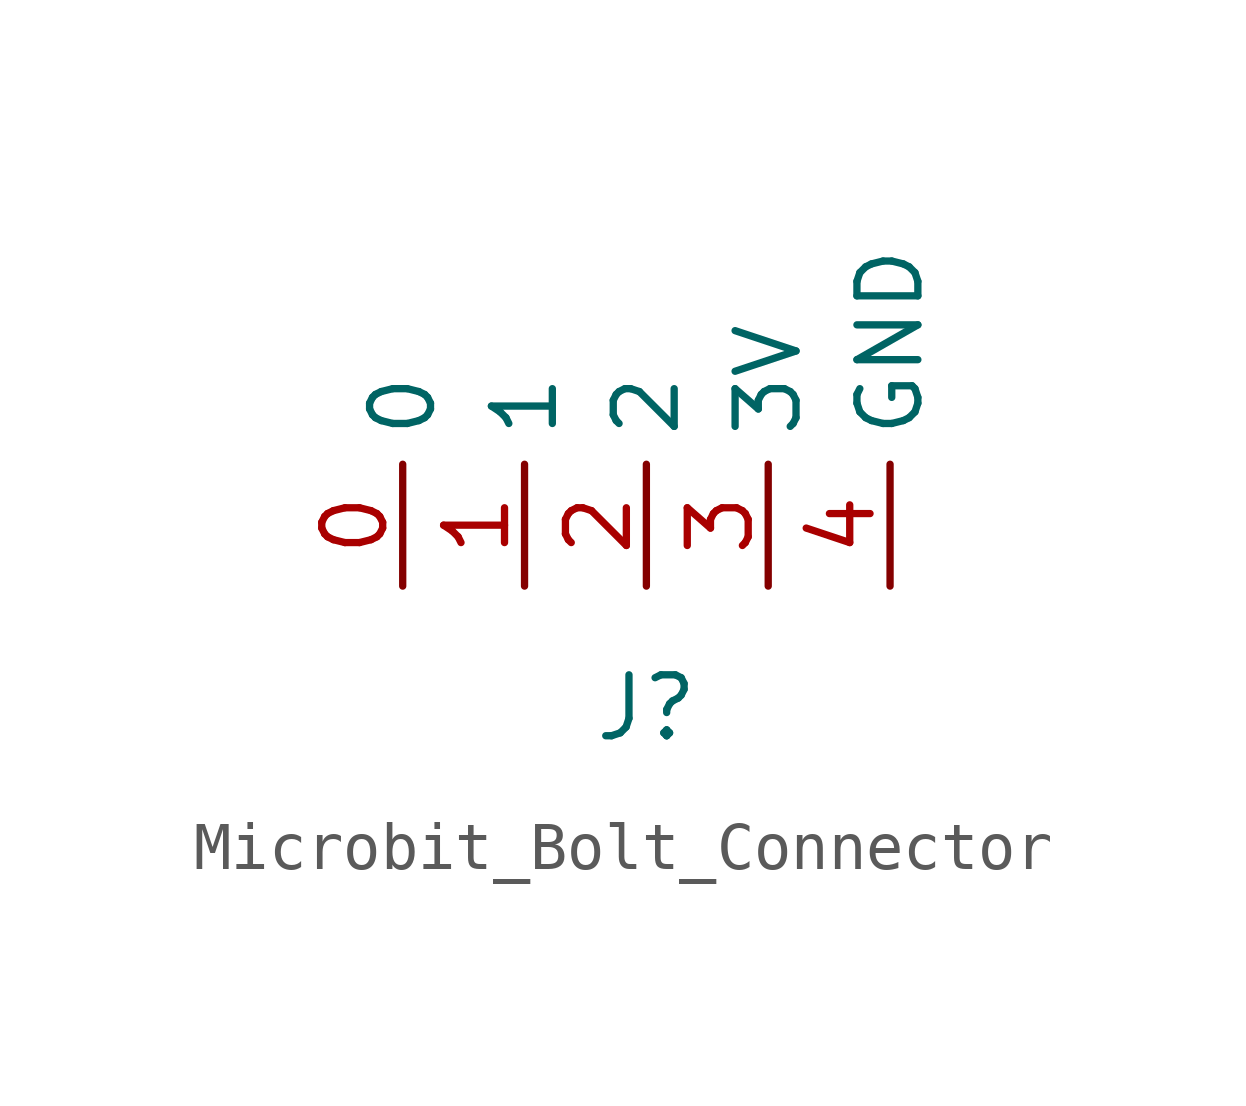
<source format=kicad_sym>
(kicad_symbol_lib
  (version 20220914)
  (generator kicad_symbol_editor)
  (symbol "Microbit_Bolt_Connector"
    (property "Reference" "J"
      (at 0 -2.54 0)
      (effects (font (size 1.27 1.27))))
    (property "Value" ""
      (at 0 0 0)
      (effects (font (size 1.27 1.27))))
    (symbol "Microbit_Bolt_Connector_1_1"
      (pin bidirectional line (at -5.08 0 90) (length 2.54) (name "0" (effects (font (size 1.27 1.27)))) (number "0" (effects (font (size 1.27 1.27)))))
      (pin bidirectional line (at -2.54 0 90) (length 2.54) (name "1" (effects (font (size 1.27 1.27)))) (number "1" (effects (font (size 1.27 1.27)))))
      (pin bidirectional line (at 0 0 90) (length 2.54) (name "2" (effects (font (size 1.27 1.27)))) (number "2" (effects (font (size 1.27 1.27)))))
      (pin power_in line (at 2.54 0 90) (length 2.54) (name "3V" (effects (font (size 1.27 1.27)))) (number "3" (effects (font (size 1.27 1.27)))))
      (pin power_in line (at 5.08 0 90) (length 2.54) (name "GND" (effects (font (size 1.27 1.27)))) (number "4" (effects (font (size 1.27 1.27))))))))
</source>
